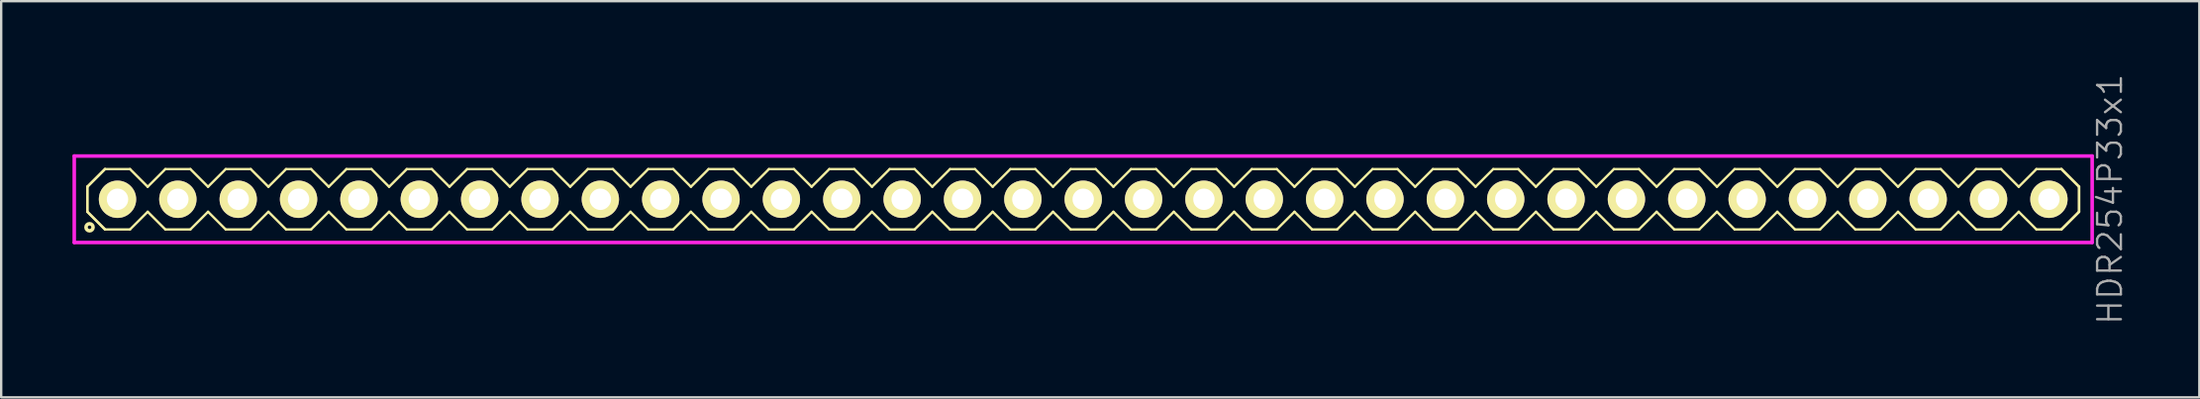
<source format=kicad_pcb>
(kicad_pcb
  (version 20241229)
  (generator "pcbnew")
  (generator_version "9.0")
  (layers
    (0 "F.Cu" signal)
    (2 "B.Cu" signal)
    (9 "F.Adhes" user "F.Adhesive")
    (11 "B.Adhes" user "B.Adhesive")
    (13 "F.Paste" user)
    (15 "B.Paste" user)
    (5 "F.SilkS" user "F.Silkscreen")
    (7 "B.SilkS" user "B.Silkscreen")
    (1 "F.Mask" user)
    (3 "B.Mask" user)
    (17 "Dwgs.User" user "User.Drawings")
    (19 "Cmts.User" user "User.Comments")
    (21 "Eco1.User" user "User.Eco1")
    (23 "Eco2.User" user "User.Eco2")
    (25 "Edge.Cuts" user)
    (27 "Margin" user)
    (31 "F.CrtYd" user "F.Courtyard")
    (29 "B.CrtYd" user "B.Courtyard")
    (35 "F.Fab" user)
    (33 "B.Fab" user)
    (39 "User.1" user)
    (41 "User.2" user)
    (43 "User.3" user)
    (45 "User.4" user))
  (footprint "HDR254P33x1"
    (layer "F.Cu")
    (at 42.535 5.336)
    (property "Reference" "HDR254P33x1" (at 43.21 0 90) (layer "F.Fab") (effects (font (size 1 1) (thickness 0.1))))
    (attr through_hole)
    (fp_line (start -41.91 -0.526) (end -41.166 -1.27) (stroke (width 0.1) (type solid)) (layer "F.SilkS"))
    (fp_line (start -41.91 -0.526) (end -41.166 -1.27) (stroke (width 0.1) (type solid)) (layer "F.SilkS"))
    (fp_line (start -41.91 0.526) (end -41.91 -0.526) (stroke (width 0.1) (type solid)) (layer "F.SilkS"))
    (fp_line (start -41.91 0.526) (end -41.91 -0.526) (stroke (width 0.1) (type solid)) (layer "F.SilkS"))
    (fp_line (start -41.166 -1.27) (end -40.114 -1.27) (stroke (width 0.1) (type solid)) (layer "F.SilkS"))
    (fp_line (start -41.166 1.27) (end -41.91 0.526) (stroke (width 0.1) (type solid)) (layer "F.SilkS"))
    (fp_line (start -41.166 1.27) (end -41.91 0.526) (stroke (width 0.1) (type solid)) (layer "F.SilkS"))
    (fp_line (start -40.114 -1.27) (end -39.37 -0.526) (stroke (width 0.1) (type solid)) (layer "F.SilkS"))
    (fp_line (start -40.114 1.27) (end -41.166 1.27) (stroke (width 0.1) (type solid)) (layer "F.SilkS"))
    (fp_line (start -39.37 -0.526) (end -38.626 -1.27) (stroke (width 0.1) (type solid)) (layer "F.SilkS"))
    (fp_line (start -39.37 0.526) (end -40.114 1.27) (stroke (width 0.1) (type solid)) (layer "F.SilkS"))
    (fp_line (start -38.626 -1.27) (end -37.574 -1.27) (stroke (width 0.1) (type solid)) (layer "F.SilkS"))
    (fp_line (start -38.626 1.27) (end -39.37 0.526) (stroke (width 0.1) (type solid)) (layer "F.SilkS"))
    (fp_line (start -37.574 -1.27) (end -36.83 -0.526) (stroke (width 0.1) (type solid)) (layer "F.SilkS"))
    (fp_line (start -37.574 1.27) (end -38.626 1.27) (stroke (width 0.1) (type solid)) (layer "F.SilkS"))
    (fp_line (start -36.83 -0.526) (end -36.086 -1.27) (stroke (width 0.1) (type solid)) (layer "F.SilkS"))
    (fp_line (start -36.83 0.526) (end -37.574 1.27) (stroke (width 0.1) (type solid)) (layer "F.SilkS"))
    (fp_line (start -36.086 -1.27) (end -35.034 -1.27) (stroke (width 0.1) (type solid)) (layer "F.SilkS"))
    (fp_line (start -36.086 1.27) (end -36.83 0.526) (stroke (width 0.1) (type solid)) (layer "F.SilkS"))
    (fp_line (start -35.034 -1.27) (end -34.29 -0.526) (stroke (width 0.1) (type solid)) (layer "F.SilkS"))
    (fp_line (start -35.034 1.27) (end -36.086 1.27) (stroke (width 0.1) (type solid)) (layer "F.SilkS"))
    (fp_line (start -34.29 -0.526) (end -33.546 -1.27) (stroke (width 0.1) (type solid)) (layer "F.SilkS"))
    (fp_line (start -34.29 0.526) (end -35.034 1.27) (stroke (width 0.1) (type solid)) (layer "F.SilkS"))
    (fp_line (start -33.546 -1.27) (end -32.494 -1.27) (stroke (width 0.1) (type solid)) (layer "F.SilkS"))
    (fp_line (start -33.546 1.27) (end -34.29 0.526) (stroke (width 0.1) (type solid)) (layer "F.SilkS"))
    (fp_line (start -32.494 -1.27) (end -31.75 -0.526) (stroke (width 0.1) (type solid)) (layer "F.SilkS"))
    (fp_line (start -32.494 1.27) (end -33.546 1.27) (stroke (width 0.1) (type solid)) (layer "F.SilkS"))
    (fp_line (start -31.75 -0.526) (end -31.006 -1.27) (stroke (width 0.1) (type solid)) (layer "F.SilkS"))
    (fp_line (start -31.75 0.526) (end -32.494 1.27) (stroke (width 0.1) (type solid)) (layer "F.SilkS"))
    (fp_line (start -31.006 -1.27) (end -29.954 -1.27) (stroke (width 0.1) (type solid)) (layer "F.SilkS"))
    (fp_line (start -31.006 1.27) (end -31.75 0.526) (stroke (width 0.1) (type solid)) (layer "F.SilkS"))
    (fp_line (start -29.954 -1.27) (end -29.21 -0.526) (stroke (width 0.1) (type solid)) (layer "F.SilkS"))
    (fp_line (start -29.954 1.27) (end -31.006 1.27) (stroke (width 0.1) (type solid)) (layer "F.SilkS"))
    (fp_line (start -29.21 -0.526) (end -28.466 -1.27) (stroke (width 0.1) (type solid)) (layer "F.SilkS"))
    (fp_line (start -29.21 0.526) (end -29.954 1.27) (stroke (width 0.1) (type solid)) (layer "F.SilkS"))
    (fp_line (start -28.466 -1.27) (end -27.414 -1.27) (stroke (width 0.1) (type solid)) (layer "F.SilkS"))
    (fp_line (start -28.466 1.27) (end -29.21 0.526) (stroke (width 0.1) (type solid)) (layer "F.SilkS"))
    (fp_line (start -27.414 -1.27) (end -26.67 -0.526) (stroke (width 0.1) (type solid)) (layer "F.SilkS"))
    (fp_line (start -27.414 1.27) (end -28.466 1.27) (stroke (width 0.1) (type solid)) (layer "F.SilkS"))
    (fp_line (start -26.67 -0.526) (end -25.926 -1.27) (stroke (width 0.1) (type solid)) (layer "F.SilkS"))
    (fp_line (start -26.67 0.526) (end -27.414 1.27) (stroke (width 0.1) (type solid)) (layer "F.SilkS"))
    (fp_line (start -25.926 -1.27) (end -24.874 -1.27) (stroke (width 0.1) (type solid)) (layer "F.SilkS"))
    (fp_line (start -25.926 1.27) (end -26.67 0.526) (stroke (width 0.1) (type solid)) (layer "F.SilkS"))
    (fp_line (start -24.874 -1.27) (end -24.13 -0.526) (stroke (width 0.1) (type solid)) (layer "F.SilkS"))
    (fp_line (start -24.874 1.27) (end -25.926 1.27) (stroke (width 0.1) (type solid)) (layer "F.SilkS"))
    (fp_line (start -24.13 -0.526) (end -23.386 -1.27) (stroke (width 0.1) (type solid)) (layer "F.SilkS"))
    (fp_line (start -24.13 0.526) (end -24.874 1.27) (stroke (width 0.1) (type solid)) (layer "F.SilkS"))
    (fp_line (start -23.386 -1.27) (end -22.334 -1.27) (stroke (width 0.1) (type solid)) (layer "F.SilkS"))
    (fp_line (start -23.386 1.27) (end -24.13 0.526) (stroke (width 0.1) (type solid)) (layer "F.SilkS"))
    (fp_line (start -22.334 -1.27) (end -21.59 -0.526) (stroke (width 0.1) (type solid)) (layer "F.SilkS"))
    (fp_line (start -22.334 1.27) (end -23.386 1.27) (stroke (width 0.1) (type solid)) (layer "F.SilkS"))
    (fp_line (start -21.59 -0.526) (end -20.846 -1.27) (stroke (width 0.1) (type solid)) (layer "F.SilkS"))
    (fp_line (start -21.59 0.526) (end -22.334 1.27) (stroke (width 0.1) (type solid)) (layer "F.SilkS"))
    (fp_line (start -20.846 -1.27) (end -19.794 -1.27) (stroke (width 0.1) (type solid)) (layer "F.SilkS"))
    (fp_line (start -20.846 1.27) (end -21.59 0.526) (stroke (width 0.1) (type solid)) (layer "F.SilkS"))
    (fp_line (start -19.794 -1.27) (end -19.05 -0.526) (stroke (width 0.1) (type solid)) (layer "F.SilkS"))
    (fp_line (start -19.794 1.27) (end -20.846 1.27) (stroke (width 0.1) (type solid)) (layer "F.SilkS"))
    (fp_line (start -19.05 -0.526) (end -18.306 -1.27) (stroke (width 0.1) (type solid)) (layer "F.SilkS"))
    (fp_line (start -19.05 0.526) (end -19.794 1.27) (stroke (width 0.1) (type solid)) (layer "F.SilkS"))
    (fp_line (start -18.306 -1.27) (end -17.254 -1.27) (stroke (width 0.1) (type solid)) (layer "F.SilkS"))
    (fp_line (start -18.306 1.27) (end -19.05 0.526) (stroke (width 0.1) (type solid)) (layer "F.SilkS"))
    (fp_line (start -17.254 -1.27) (end -16.51 -0.526) (stroke (width 0.1) (type solid)) (layer "F.SilkS"))
    (fp_line (start -17.254 1.27) (end -18.306 1.27) (stroke (width 0.1) (type solid)) (layer "F.SilkS"))
    (fp_line (start -16.51 -0.526) (end -15.766 -1.27) (stroke (width 0.1) (type solid)) (layer "F.SilkS"))
    (fp_line (start -16.51 0.526) (end -17.254 1.27) (stroke (width 0.1) (type solid)) (layer "F.SilkS"))
    (fp_line (start -15.766 -1.27) (end -14.714 -1.27) (stroke (width 0.1) (type solid)) (layer "F.SilkS"))
    (fp_line (start -15.766 1.27) (end -16.51 0.526) (stroke (width 0.1) (type solid)) (layer "F.SilkS"))
    (fp_line (start -14.714 -1.27) (end -13.97 -0.526) (stroke (width 0.1) (type solid)) (layer "F.SilkS"))
    (fp_line (start -14.714 1.27) (end -15.766 1.27) (stroke (width 0.1) (type solid)) (layer "F.SilkS"))
    (fp_line (start -13.97 -0.526) (end -13.226 -1.27) (stroke (width 0.1) (type solid)) (layer "F.SilkS"))
    (fp_line (start -13.97 0.526) (end -14.714 1.27) (stroke (width 0.1) (type solid)) (layer "F.SilkS"))
    (fp_line (start -13.226 -1.27) (end -12.174 -1.27) (stroke (width 0.1) (type solid)) (layer "F.SilkS"))
    (fp_line (start -13.226 1.27) (end -13.97 0.526) (stroke (width 0.1) (type solid)) (layer "F.SilkS"))
    (fp_line (start -12.174 -1.27) (end -11.43 -0.526) (stroke (width 0.1) (type solid)) (layer "F.SilkS"))
    (fp_line (start -12.174 1.27) (end -13.226 1.27) (stroke (width 0.1) (type solid)) (layer "F.SilkS"))
    (fp_line (start -11.43 -0.526) (end -10.686 -1.27) (stroke (width 0.1) (type solid)) (layer "F.SilkS"))
    (fp_line (start -11.43 0.526) (end -12.174 1.27) (stroke (width 0.1) (type solid)) (layer "F.SilkS"))
    (fp_line (start -10.686 -1.27) (end -9.634 -1.27) (stroke (width 0.1) (type solid)) (layer "F.SilkS"))
    (fp_line (start -10.686 1.27) (end -11.43 0.526) (stroke (width 0.1) (type solid)) (layer "F.SilkS"))
    (fp_line (start -9.634 -1.27) (end -8.89 -0.526) (stroke (width 0.1) (type solid)) (layer "F.SilkS"))
    (fp_line (start -9.634 1.27) (end -10.686 1.27) (stroke (width 0.1) (type solid)) (layer "F.SilkS"))
    (fp_line (start -8.89 -0.526) (end -8.146 -1.27) (stroke (width 0.1) (type solid)) (layer "F.SilkS"))
    (fp_line (start -8.89 0.526) (end -9.634 1.27) (stroke (width 0.1) (type solid)) (layer "F.SilkS"))
    (fp_line (start -8.146 -1.27) (end -7.094 -1.27) (stroke (width 0.1) (type solid)) (layer "F.SilkS"))
    (fp_line (start -8.146 1.27) (end -8.89 0.526) (stroke (width 0.1) (type solid)) (layer "F.SilkS"))
    (fp_line (start -7.094 -1.27) (end -6.35 -0.526) (stroke (width 0.1) (type solid)) (layer "F.SilkS"))
    (fp_line (start -7.094 1.27) (end -8.146 1.27) (stroke (width 0.1) (type solid)) (layer "F.SilkS"))
    (fp_line (start -6.35 -0.526) (end -5.606 -1.27) (stroke (width 0.1) (type solid)) (layer "F.SilkS"))
    (fp_line (start -6.35 0.526) (end -7.094 1.27) (stroke (width 0.1) (type solid)) (layer "F.SilkS"))
    (fp_line (start -5.606 -1.27) (end -4.554 -1.27) (stroke (width 0.1) (type solid)) (layer "F.SilkS"))
    (fp_line (start -5.606 1.27) (end -6.35 0.526) (stroke (width 0.1) (type solid)) (layer "F.SilkS"))
    (fp_line (start -4.554 -1.27) (end -3.81 -0.526) (stroke (width 0.1) (type solid)) (layer "F.SilkS"))
    (fp_line (start -4.554 1.27) (end -5.606 1.27) (stroke (width 0.1) (type solid)) (layer "F.SilkS"))
    (fp_line (start -3.81 -0.526) (end -3.066 -1.27) (stroke (width 0.1) (type solid)) (layer "F.SilkS"))
    (fp_line (start -3.81 0.526) (end -4.554 1.27) (stroke (width 0.1) (type solid)) (layer "F.SilkS"))
    (fp_line (start -3.066 -1.27) (end -2.014 -1.27) (stroke (width 0.1) (type solid)) (layer "F.SilkS"))
    (fp_line (start -3.066 1.27) (end -3.81 0.526) (stroke (width 0.1) (type solid)) (layer "F.SilkS"))
    (fp_line (start -2.014 -1.27) (end -1.27 -0.526) (stroke (width 0.1) (type solid)) (layer "F.SilkS"))
    (fp_line (start -2.014 1.27) (end -3.066 1.27) (stroke (width 0.1) (type solid)) (layer "F.SilkS"))
    (fp_line (start -1.27 -0.526) (end -0.526 -1.27) (stroke (width 0.1) (type solid)) (layer "F.SilkS"))
    (fp_line (start -1.27 0.526) (end -2.014 1.27) (stroke (width 0.1) (type solid)) (layer "F.SilkS"))
    (fp_line (start -0.526 -1.27) (end 0.526 -1.27) (stroke (width 0.1) (type solid)) (layer "F.SilkS"))
    (fp_line (start -0.526 1.27) (end -1.27 0.526) (stroke (width 0.1) (type solid)) (layer "F.SilkS"))
    (fp_line (start 0.526 -1.27) (end 1.27 -0.526) (stroke (width 0.1) (type solid)) (layer "F.SilkS"))
    (fp_line (start 0.526 1.27) (end -0.526 1.27) (stroke (width 0.1) (type solid)) (layer "F.SilkS"))
    (fp_line (start 1.27 -0.526) (end 2.014 -1.27) (stroke (width 0.1) (type solid)) (layer "F.SilkS"))
    (fp_line (start 1.27 0.526) (end 0.526 1.27) (stroke (width 0.1) (type solid)) (layer "F.SilkS"))
    (fp_line (start 2.014 -1.27) (end 3.066 -1.27) (stroke (width 0.1) (type solid)) (layer "F.SilkS"))
    (fp_line (start 2.014 1.27) (end 1.27 0.526) (stroke (width 0.1) (type solid)) (layer "F.SilkS"))
    (fp_line (start 3.066 -1.27) (end 3.81 -0.526) (stroke (width 0.1) (type solid)) (layer "F.SilkS"))
    (fp_line (start 3.066 1.27) (end 2.014 1.27) (stroke (width 0.1) (type solid)) (layer "F.SilkS"))
    (fp_line (start 3.81 -0.526) (end 4.554 -1.27) (stroke (width 0.1) (type solid)) (layer "F.SilkS"))
    (fp_line (start 3.81 0.526) (end 3.066 1.27) (stroke (width 0.1) (type solid)) (layer "F.SilkS"))
    (fp_line (start 4.554 -1.27) (end 5.606 -1.27) (stroke (width 0.1) (type solid)) (layer "F.SilkS"))
    (fp_line (start 4.554 1.27) (end 3.81 0.526) (stroke (width 0.1) (type solid)) (layer "F.SilkS"))
    (fp_line (start 5.606 -1.27) (end 6.35 -0.526) (stroke (width 0.1) (type solid)) (layer "F.SilkS"))
    (fp_line (start 5.606 1.27) (end 4.554 1.27) (stroke (width 0.1) (type solid)) (layer "F.SilkS"))
    (fp_line (start 6.35 -0.526) (end 7.094 -1.27) (stroke (width 0.1) (type solid)) (layer "F.SilkS"))
    (fp_line (start 6.35 0.526) (end 5.606 1.27) (stroke (width 0.1) (type solid)) (layer "F.SilkS"))
    (fp_line (start 7.094 -1.27) (end 8.146 -1.27) (stroke (width 0.1) (type solid)) (layer "F.SilkS"))
    (fp_line (start 7.094 1.27) (end 6.35 0.526) (stroke (width 0.1) (type solid)) (layer "F.SilkS"))
    (fp_line (start 8.146 -1.27) (end 8.89 -0.526) (stroke (width 0.1) (type solid)) (layer "F.SilkS"))
    (fp_line (start 8.146 1.27) (end 7.094 1.27) (stroke (width 0.1) (type solid)) (layer "F.SilkS"))
    (fp_line (start 8.89 -0.526) (end 9.634 -1.27) (stroke (width 0.1) (type solid)) (layer "F.SilkS"))
    (fp_line (start 8.89 0.526) (end 8.146 1.27) (stroke (width 0.1) (type solid)) (layer "F.SilkS"))
    (fp_line (start 9.634 -1.27) (end 10.686 -1.27) (stroke (width 0.1) (type solid)) (layer "F.SilkS"))
    (fp_line (start 9.634 1.27) (end 8.89 0.526) (stroke (width 0.1) (type solid)) (layer "F.SilkS"))
    (fp_line (start 10.686 -1.27) (end 11.43 -0.526) (stroke (width 0.1) (type solid)) (layer "F.SilkS"))
    (fp_line (start 10.686 1.27) (end 9.634 1.27) (stroke (width 0.1) (type solid)) (layer "F.SilkS"))
    (fp_line (start 11.43 -0.526) (end 12.174 -1.27) (stroke (width 0.1) (type solid)) (layer "F.SilkS"))
    (fp_line (start 11.43 0.526) (end 10.686 1.27) (stroke (width 0.1) (type solid)) (layer "F.SilkS"))
    (fp_line (start 12.174 -1.27) (end 13.226 -1.27) (stroke (width 0.1) (type solid)) (layer "F.SilkS"))
    (fp_line (start 12.174 1.27) (end 11.43 0.526) (stroke (width 0.1) (type solid)) (layer "F.SilkS"))
    (fp_line (start 13.226 -1.27) (end 13.97 -0.526) (stroke (width 0.1) (type solid)) (layer "F.SilkS"))
    (fp_line (start 13.226 1.27) (end 12.174 1.27) (stroke (width 0.1) (type solid)) (layer "F.SilkS"))
    (fp_line (start 13.97 -0.526) (end 14.714 -1.27) (stroke (width 0.1) (type solid)) (layer "F.SilkS"))
    (fp_line (start 13.97 0.526) (end 13.226 1.27) (stroke (width 0.1) (type solid)) (layer "F.SilkS"))
    (fp_line (start 14.714 -1.27) (end 15.766 -1.27) (stroke (width 0.1) (type solid)) (layer "F.SilkS"))
    (fp_line (start 14.714 1.27) (end 13.97 0.526) (stroke (width 0.1) (type solid)) (layer "F.SilkS"))
    (fp_line (start 15.766 -1.27) (end 16.51 -0.526) (stroke (width 0.1) (type solid)) (layer "F.SilkS"))
    (fp_line (start 15.766 1.27) (end 14.714 1.27) (stroke (width 0.1) (type solid)) (layer "F.SilkS"))
    (fp_line (start 16.51 -0.526) (end 17.254 -1.27) (stroke (width 0.1) (type solid)) (layer "F.SilkS"))
    (fp_line (start 16.51 0.526) (end 15.766 1.27) (stroke (width 0.1) (type solid)) (layer "F.SilkS"))
    (fp_line (start 17.254 -1.27) (end 18.306 -1.27) (stroke (width 0.1) (type solid)) (layer "F.SilkS"))
    (fp_line (start 17.254 1.27) (end 16.51 0.526) (stroke (width 0.1) (type solid)) (layer "F.SilkS"))
    (fp_line (start 18.306 -1.27) (end 19.05 -0.526) (stroke (width 0.1) (type solid)) (layer "F.SilkS"))
    (fp_line (start 18.306 1.27) (end 17.254 1.27) (stroke (width 0.1) (type solid)) (layer "F.SilkS"))
    (fp_line (start 19.05 -0.526) (end 19.794 -1.27) (stroke (width 0.1) (type solid)) (layer "F.SilkS"))
    (fp_line (start 19.05 0.526) (end 18.306 1.27) (stroke (width 0.1) (type solid)) (layer "F.SilkS"))
    (fp_line (start 19.794 -1.27) (end 20.846 -1.27) (stroke (width 0.1) (type solid)) (layer "F.SilkS"))
    (fp_line (start 19.794 1.27) (end 19.05 0.526) (stroke (width 0.1) (type solid)) (layer "F.SilkS"))
    (fp_line (start 20.846 -1.27) (end 21.59 -0.526) (stroke (width 0.1) (type solid)) (layer "F.SilkS"))
    (fp_line (start 20.846 1.27) (end 19.794 1.27) (stroke (width 0.1) (type solid)) (layer "F.SilkS"))
    (fp_line (start 21.59 -0.526) (end 22.334 -1.27) (stroke (width 0.1) (type solid)) (layer "F.SilkS"))
    (fp_line (start 21.59 0.526) (end 20.846 1.27) (stroke (width 0.1) (type solid)) (layer "F.SilkS"))
    (fp_line (start 22.334 -1.27) (end 23.386 -1.27) (stroke (width 0.1) (type solid)) (layer "F.SilkS"))
    (fp_line (start 22.334 1.27) (end 21.59 0.526) (stroke (width 0.1) (type solid)) (layer "F.SilkS"))
    (fp_line (start 23.386 -1.27) (end 24.13 -0.526) (stroke (width 0.1) (type solid)) (layer "F.SilkS"))
    (fp_line (start 23.386 1.27) (end 22.334 1.27) (stroke (width 0.1) (type solid)) (layer "F.SilkS"))
    (fp_line (start 24.13 -0.526) (end 24.874 -1.27) (stroke (width 0.1) (type solid)) (layer "F.SilkS"))
    (fp_line (start 24.13 0.526) (end 23.386 1.27) (stroke (width 0.1) (type solid)) (layer "F.SilkS"))
    (fp_line (start 24.874 -1.27) (end 25.926 -1.27) (stroke (width 0.1) (type solid)) (layer "F.SilkS"))
    (fp_line (start 24.874 1.27) (end 24.13 0.526) (stroke (width 0.1) (type solid)) (layer "F.SilkS"))
    (fp_line (start 25.926 -1.27) (end 26.67 -0.526) (stroke (width 0.1) (type solid)) (layer "F.SilkS"))
    (fp_line (start 25.926 1.27) (end 24.874 1.27) (stroke (width 0.1) (type solid)) (layer "F.SilkS"))
    (fp_line (start 26.67 -0.526) (end 27.414 -1.27) (stroke (width 0.1) (type solid)) (layer "F.SilkS"))
    (fp_line (start 26.67 0.526) (end 25.926 1.27) (stroke (width 0.1) (type solid)) (layer "F.SilkS"))
    (fp_line (start 27.414 -1.27) (end 28.466 -1.27) (stroke (width 0.1) (type solid)) (layer "F.SilkS"))
    (fp_line (start 27.414 1.27) (end 26.67 0.526) (stroke (width 0.1) (type solid)) (layer "F.SilkS"))
    (fp_line (start 28.466 -1.27) (end 29.21 -0.526) (stroke (width 0.1) (type solid)) (layer "F.SilkS"))
    (fp_line (start 28.466 1.27) (end 27.414 1.27) (stroke (width 0.1) (type solid)) (layer "F.SilkS"))
    (fp_line (start 29.21 -0.526) (end 29.954 -1.27) (stroke (width 0.1) (type solid)) (layer "F.SilkS"))
    (fp_line (start 29.21 0.526) (end 28.466 1.27) (stroke (width 0.1) (type solid)) (layer "F.SilkS"))
    (fp_line (start 29.954 -1.27) (end 31.006 -1.27) (stroke (width 0.1) (type solid)) (layer "F.SilkS"))
    (fp_line (start 29.954 1.27) (end 29.21 0.526) (stroke (width 0.1) (type solid)) (layer "F.SilkS"))
    (fp_line (start 31.006 -1.27) (end 31.75 -0.526) (stroke (width 0.1) (type solid)) (layer "F.SilkS"))
    (fp_line (start 31.006 1.27) (end 29.954 1.27) (stroke (width 0.1) (type solid)) (layer "F.SilkS"))
    (fp_line (start 31.75 -0.526) (end 32.494 -1.27) (stroke (width 0.1) (type solid)) (layer "F.SilkS"))
    (fp_line (start 31.75 0.526) (end 31.006 1.27) (stroke (width 0.1) (type solid)) (layer "F.SilkS"))
    (fp_line (start 32.494 -1.27) (end 33.546 -1.27) (stroke (width 0.1) (type solid)) (layer "F.SilkS"))
    (fp_line (start 32.494 1.27) (end 31.75 0.526) (stroke (width 0.1) (type solid)) (layer "F.SilkS"))
    (fp_line (start 33.546 -1.27) (end 34.29 -0.526) (stroke (width 0.1) (type solid)) (layer "F.SilkS"))
    (fp_line (start 33.546 1.27) (end 32.494 1.27) (stroke (width 0.1) (type solid)) (layer "F.SilkS"))
    (fp_line (start 34.29 -0.526) (end 35.034 -1.27) (stroke (width 0.1) (type solid)) (layer "F.SilkS"))
    (fp_line (start 34.29 0.526) (end 33.546 1.27) (stroke (width 0.1) (type solid)) (layer "F.SilkS"))
    (fp_line (start 35.034 -1.27) (end 36.086 -1.27) (stroke (width 0.1) (type solid)) (layer "F.SilkS"))
    (fp_line (start 35.034 1.27) (end 34.29 0.526) (stroke (width 0.1) (type solid)) (layer "F.SilkS"))
    (fp_line (start 36.086 -1.27) (end 36.83 -0.526) (stroke (width 0.1) (type solid)) (layer "F.SilkS"))
    (fp_line (start 36.086 1.27) (end 35.034 1.27) (stroke (width 0.1) (type solid)) (layer "F.SilkS"))
    (fp_line (start 36.83 -0.526) (end 37.574 -1.27) (stroke (width 0.1) (type solid)) (layer "F.SilkS"))
    (fp_line (start 36.83 0.526) (end 36.086 1.27) (stroke (width 0.1) (type solid)) (layer "F.SilkS"))
    (fp_line (start 37.574 -1.27) (end 38.626 -1.27) (stroke (width 0.1) (type solid)) (layer "F.SilkS"))
    (fp_line (start 37.574 1.27) (end 36.83 0.526) (stroke (width 0.1) (type solid)) (layer "F.SilkS"))
    (fp_line (start 38.626 -1.27) (end 39.37 -0.526) (stroke (width 0.1) (type solid)) (layer "F.SilkS"))
    (fp_line (start 38.626 1.27) (end 37.574 1.27) (stroke (width 0.1) (type solid)) (layer "F.SilkS"))
    (fp_line (start 39.37 -0.526) (end 40.114 -1.27) (stroke (width 0.1) (type solid)) (layer "F.SilkS"))
    (fp_line (start 39.37 0.526) (end 38.626 1.27) (stroke (width 0.1) (type solid)) (layer "F.SilkS"))
    (fp_line (start 40.114 -1.27) (end 41.166 -1.27) (stroke (width 0.1) (type solid)) (layer "F.SilkS"))
    (fp_line (start 40.114 1.27) (end 39.37 0.526) (stroke (width 0.1) (type solid)) (layer "F.SilkS"))
    (fp_line (start 41.166 -1.27) (end 41.91 -0.526) (stroke (width 0.1) (type solid)) (layer "F.SilkS"))
    (fp_line (start 41.166 -1.27) (end 41.91 -0.526) (stroke (width 0.1) (type solid)) (layer "F.SilkS"))
    (fp_line (start 41.166 1.27) (end 40.114 1.27) (stroke (width 0.1) (type solid)) (layer "F.SilkS"))
    (fp_line (start 41.91 -0.526) (end 41.91 0.526) (stroke (width 0.1) (type solid)) (layer "F.SilkS"))
    (fp_line (start 41.91 -0.526) (end 41.91 0.526) (stroke (width 0.1) (type solid)) (layer "F.SilkS"))
    (fp_line (start 41.91 0.526) (end 41.166 1.27) (stroke (width 0.1) (type solid)) (layer "F.SilkS"))
    (fp_line (start 41.91 0.526) (end 41.166 1.27) (stroke (width 0.1) (type solid)) (layer "F.SilkS"))
    (fp_circle (center -41.817 1.178) (end -41.668 1.178) (stroke (width 0.15) (type solid)) (fill no) (layer "F.SilkS"))
    (fp_line (start -42.46 -1.82) (end -42.46 1.82) (stroke (width 0.15) (type solid)) (layer "F.CrtYd"))
    (fp_line (start -42.46 1.82) (end 42.46 1.82) (stroke (width 0.15) (type solid)) (layer "F.CrtYd"))
    (fp_line (start 42.46 -1.82) (end -42.46 -1.82) (stroke (width 0.15) (type solid)) (layer "F.CrtYd"))
    (fp_line (start 42.46 1.82) (end 42.46 -1.82) (stroke (width 0.15) (type solid)) (layer "F.CrtYd"))
    (pad "1" thru_hole oval (at -40.64 0) (size 1.57 1.57) (drill 0.9) (layers "*.Cu" "*.Mask" "F.SilkS"))
    (pad "2" thru_hole oval (at -38.1 0) (size 1.57 1.57) (drill 0.9) (layers "*.Cu" "*.Mask" "F.SilkS"))
    (pad "3" thru_hole oval (at -35.56 0) (size 1.57 1.57) (drill 0.9) (layers "*.Cu" "*.Mask" "F.SilkS"))
    (pad "4" thru_hole oval (at -33.02 0) (size 1.57 1.57) (drill 0.9) (layers "*.Cu" "*.Mask" "F.SilkS"))
    (pad "5" thru_hole oval (at -30.48 0) (size 1.57 1.57) (drill 0.9) (layers "*.Cu" "*.Mask" "F.SilkS"))
    (pad "6" thru_hole oval (at -27.94 0) (size 1.57 1.57) (drill 0.9) (layers "*.Cu" "*.Mask" "F.SilkS"))
    (pad "7" thru_hole oval (at -25.4 0) (size 1.57 1.57) (drill 0.9) (layers "*.Cu" "*.Mask" "F.SilkS"))
    (pad "8" thru_hole oval (at -22.86 0) (size 1.57 1.57) (drill 0.9) (layers "*.Cu" "*.Mask" "F.SilkS"))
    (pad "9" thru_hole oval (at -20.32 0) (size 1.57 1.57) (drill 0.9) (layers "*.Cu" "*.Mask" "F.SilkS"))
    (pad "10" thru_hole oval (at -17.78 0) (size 1.57 1.57) (drill 0.9) (layers "*.Cu" "*.Mask" "F.SilkS"))
    (pad "11" thru_hole oval (at -15.24 0) (size 1.57 1.57) (drill 0.9) (layers "*.Cu" "*.Mask" "F.SilkS"))
    (pad "12" thru_hole oval (at -12.7 0) (size 1.57 1.57) (drill 0.9) (layers "*.Cu" "*.Mask" "F.SilkS"))
    (pad "13" thru_hole oval (at -10.16 0) (size 1.57 1.57) (drill 0.9) (layers "*.Cu" "*.Mask" "F.SilkS"))
    (pad "14" thru_hole oval (at -7.62 0) (size 1.57 1.57) (drill 0.9) (layers "*.Cu" "*.Mask" "F.SilkS"))
    (pad "15" thru_hole oval (at -5.08 0) (size 1.57 1.57) (drill 0.9) (layers "*.Cu" "*.Mask" "F.SilkS"))
    (pad "16" thru_hole oval (at -2.54 0) (size 1.57 1.57) (drill 0.9) (layers "*.Cu" "*.Mask" "F.SilkS"))
    (pad "17" thru_hole oval (at 0 0) (size 1.57 1.57) (drill 0.9) (layers "*.Cu" "*.Mask" "F.SilkS"))
    (pad "18" thru_hole oval (at 2.54 0) (size 1.57 1.57) (drill 0.9) (layers "*.Cu" "*.Mask" "F.SilkS"))
    (pad "19" thru_hole oval (at 5.08 0) (size 1.57 1.57) (drill 0.9) (layers "*.Cu" "*.Mask" "F.SilkS"))
    (pad "20" thru_hole oval (at 7.62 0) (size 1.57 1.57) (drill 0.9) (layers "*.Cu" "*.Mask" "F.SilkS"))
    (pad "21" thru_hole oval (at 10.16 0) (size 1.57 1.57) (drill 0.9) (layers "*.Cu" "*.Mask" "F.SilkS"))
    (pad "22" thru_hole oval (at 12.7 0) (size 1.57 1.57) (drill 0.9) (layers "*.Cu" "*.Mask" "F.SilkS"))
    (pad "23" thru_hole oval (at 15.24 0) (size 1.57 1.57) (drill 0.9) (layers "*.Cu" "*.Mask" "F.SilkS"))
    (pad "24" thru_hole oval (at 17.78 0) (size 1.57 1.57) (drill 0.9) (layers "*.Cu" "*.Mask" "F.SilkS"))
    (pad "25" thru_hole oval (at 20.32 0) (size 1.57 1.57) (drill 0.9) (layers "*.Cu" "*.Mask" "F.SilkS"))
    (pad "26" thru_hole oval (at 22.86 0) (size 1.57 1.57) (drill 0.9) (layers "*.Cu" "*.Mask" "F.SilkS"))
    (pad "27" thru_hole oval (at 25.4 0) (size 1.57 1.57) (drill 0.9) (layers "*.Cu" "*.Mask" "F.SilkS"))
    (pad "28" thru_hole oval (at 27.94 0) (size 1.57 1.57) (drill 0.9) (layers "*.Cu" "*.Mask" "F.SilkS"))
    (pad "29" thru_hole oval (at 30.48 0) (size 1.57 1.57) (drill 0.9) (layers "*.Cu" "*.Mask" "F.SilkS"))
    (pad "30" thru_hole oval (at 33.02 0) (size 1.57 1.57) (drill 0.9) (layers "*.Cu" "*.Mask" "F.SilkS"))
    (pad "31" thru_hole oval (at 35.56 0) (size 1.57 1.57) (drill 0.9) (layers "*.Cu" "*.Mask" "F.SilkS"))
    (pad "32" thru_hole oval (at 38.1 0) (size 1.57 1.57) (drill 0.9) (layers "*.Cu" "*.Mask" "F.SilkS"))
    (pad "33" thru_hole oval (at 40.64 0) (size 1.57 1.57) (drill 0.9) (layers "*.Cu" "*.Mask" "F.SilkS")))
  (gr_rect
    (start -3 -3)
    (end 89.505 13.671)
    (stroke (width 0.1) (type default))
    (fill no)
    (layer "Edge.Cuts")))
</source>
